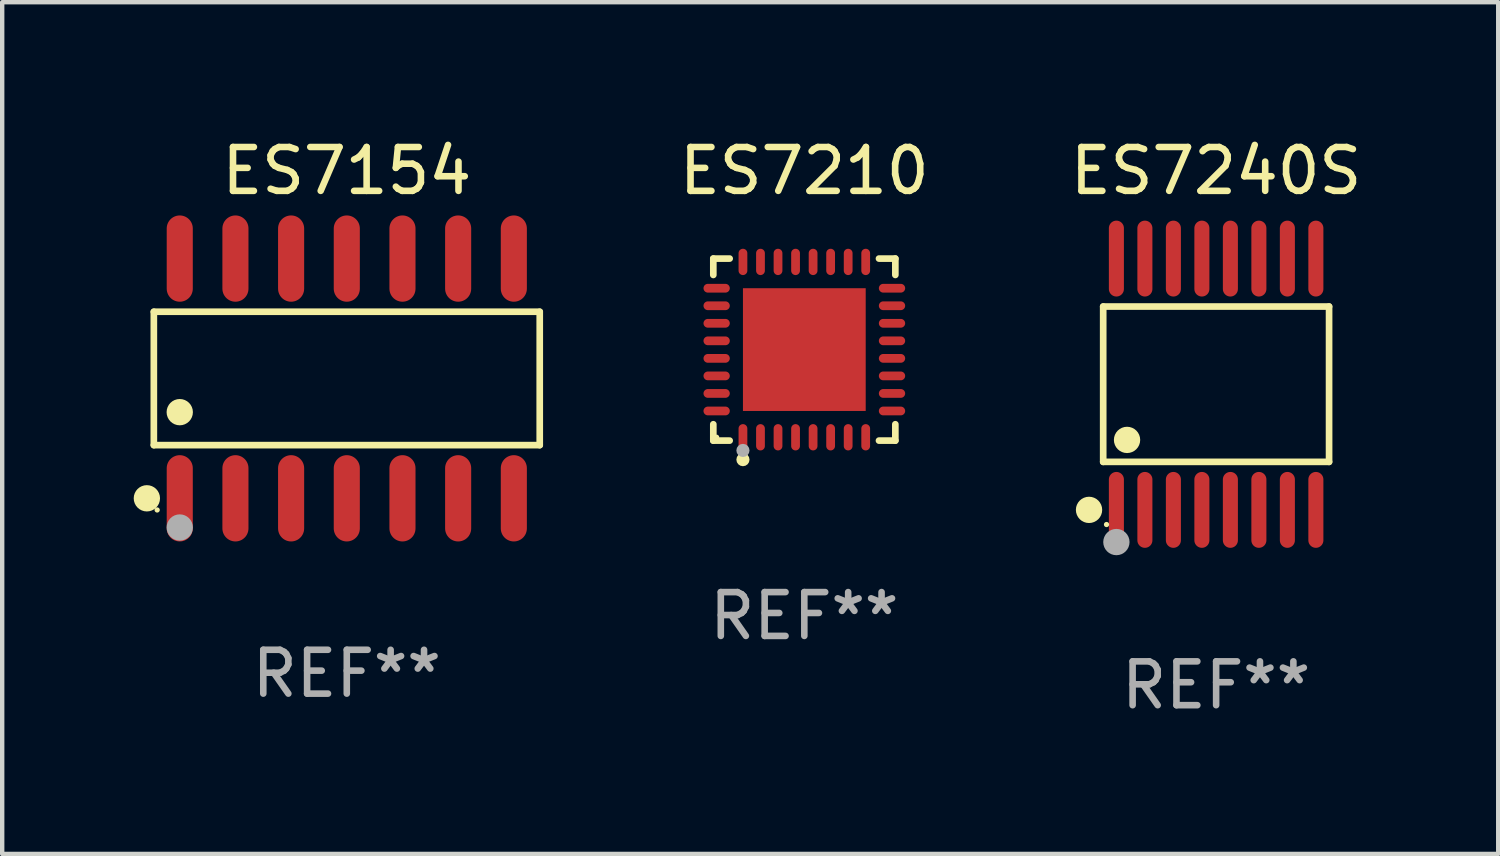
<source format=kicad_pcb>
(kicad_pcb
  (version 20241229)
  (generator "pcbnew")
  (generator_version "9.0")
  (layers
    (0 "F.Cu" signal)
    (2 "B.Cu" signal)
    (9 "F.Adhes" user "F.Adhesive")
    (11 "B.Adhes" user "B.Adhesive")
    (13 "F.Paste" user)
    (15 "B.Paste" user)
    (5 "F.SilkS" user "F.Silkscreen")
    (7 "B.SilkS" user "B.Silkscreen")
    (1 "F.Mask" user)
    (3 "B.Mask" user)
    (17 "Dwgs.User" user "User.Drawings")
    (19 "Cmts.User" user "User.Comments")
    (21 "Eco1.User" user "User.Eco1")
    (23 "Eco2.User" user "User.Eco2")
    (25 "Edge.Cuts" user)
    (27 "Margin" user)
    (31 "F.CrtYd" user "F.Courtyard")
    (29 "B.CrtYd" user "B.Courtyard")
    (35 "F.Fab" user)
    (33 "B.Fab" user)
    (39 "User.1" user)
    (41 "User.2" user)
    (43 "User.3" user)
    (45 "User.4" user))
  (footprint "ES7154"
    (layer "F.Cu")
    (at 4.86 5.582)
    (property "Reference" "ES7154" (at 0 -4.734 0) (layer "F.SilkS") (effects (font (size 1 1) (thickness 0.15))))
    (attr through_hole)
    (fp_line (start -4.401 -1.521) (end 4.401 -1.521) (stroke (width 0.152) (type solid)) (layer "F.SilkS"))
    (fp_line (start -4.401 1.521) (end -4.401 -1.521) (stroke (width 0.152) (type solid)) (layer "F.SilkS"))
    (fp_line (start 4.401 -1.521) (end 4.401 1.521) (stroke (width 0.152) (type solid)) (layer "F.SilkS"))
    (fp_line (start 4.401 1.521) (end -4.401 1.521) (stroke (width 0.152) (type solid)) (layer "F.SilkS"))
    (fp_circle (center -4.56 2.734) (end -4.41 2.734) (stroke (width 0.3) (type solid)) (fill no) (layer "F.SilkS"))
    (fp_circle (center -4.325 3) (end -4.295 3) (stroke (width 0.06) (type solid)) (fill no) (layer "F.SilkS"))
    (fp_circle (center -3.81 0.769) (end -3.66 0.769) (stroke (width 0.3) (type solid)) (fill no) (layer "F.SilkS"))
    (fp_circle (center -3.81 3.4) (end -3.66 3.4) (stroke (width 0.3) (type solid)) (fill no) (layer "F.Fab"))
    (fp_text user "REF**" (at 0 6.734 0) (layer "F.Fab") (effects (font (size 1 1) (thickness 0.15))))
    (pad "1" smd oval (at -3.81 2.734) (size 0.595 1.968) (layers "F.Cu" "F.Mask" "F.Paste"))
    (pad "2" smd oval (at -2.54 2.734) (size 0.595 1.968) (layers "F.Cu" "F.Mask" "F.Paste"))
    (pad "3" smd oval (at -1.27 2.734) (size 0.595 1.968) (layers "F.Cu" "F.Mask" "F.Paste"))
    (pad "4" smd oval (at 0 2.734) (size 0.595 1.968) (layers "F.Cu" "F.Mask" "F.Paste"))
    (pad "5" smd oval (at 1.27 2.734) (size 0.595 1.968) (layers "F.Cu" "F.Mask" "F.Paste"))
    (pad "6" smd oval (at 2.54 2.734) (size 0.595 1.968) (layers "F.Cu" "F.Mask" "F.Paste"))
    (pad "7" smd oval (at 3.81 2.734) (size 0.595 1.968) (layers "F.Cu" "F.Mask" "F.Paste"))
    (pad "8" smd oval (at 3.81 -2.734) (size 0.595 1.968) (layers "F.Cu" "F.Mask" "F.Paste"))
    (pad "9" smd oval (at 2.54 -2.734) (size 0.595 1.968) (layers "F.Cu" "F.Mask" "F.Paste"))
    (pad "10" smd oval (at 1.27 -2.734) (size 0.595 1.968) (layers "F.Cu" "F.Mask" "F.Paste"))
    (pad "11" smd oval (at 0 -2.734) (size 0.595 1.968) (layers "F.Cu" "F.Mask" "F.Paste"))
    (pad "12" smd oval (at -1.27 -2.734) (size 0.595 1.968) (layers "F.Cu" "F.Mask" "F.Paste"))
    (pad "13" smd oval (at -2.54 -2.734) (size 0.595 1.968) (layers "F.Cu" "F.Mask" "F.Paste"))
    (pad "14" smd oval (at -3.81 -2.734) (size 0.595 1.968) (layers "F.Cu" "F.Mask" "F.Paste")))
  (footprint "ES7240S"
    (layer "F.Cu")
    (at 24.689 5.714)
    (property "Reference" "ES7240S" (at 0 -4.866 0) (layer "F.SilkS") (effects (font (size 1 1) (thickness 0.15))))
    (attr through_hole)
    (fp_line (start -2.576 -1.772) (end 2.576 -1.772) (stroke (width 0.152) (type solid)) (layer "F.SilkS"))
    (fp_line (start -2.576 1.771) (end -2.576 -1.772) (stroke (width 0.152) (type solid)) (layer "F.SilkS"))
    (fp_line (start 2.576 -1.772) (end 2.576 1.771) (stroke (width 0.152) (type solid)) (layer "F.SilkS"))
    (fp_line (start 2.576 1.771) (end -2.576 1.771) (stroke (width 0.152) (type solid)) (layer "F.SilkS"))
    (fp_circle (center -2.899 2.866) (end -2.749 2.866) (stroke (width 0.3) (type solid)) (fill no) (layer "F.SilkS"))
    (fp_circle (center -2.5 3.2) (end -2.47 3.2) (stroke (width 0.06) (type solid)) (fill no) (layer "F.SilkS"))
    (fp_circle (center -2.032 1.27) (end -1.882 1.27) (stroke (width 0.3) (type solid)) (fill no) (layer "F.SilkS"))
    (fp_circle (center -2.275 3.6) (end -2.125 3.6) (stroke (width 0.3) (type solid)) (fill no) (layer "F.Fab"))
    (fp_text user "REF**" (at 0 6.866 0) (layer "F.Fab") (effects (font (size 1 1) (thickness 0.15))))
    (pad "1" smd oval (at -2.275 2.866) (size 0.343 1.731) (layers "F.Cu" "F.Mask" "F.Paste"))
    (pad "2" smd oval (at -1.625 2.866) (size 0.343 1.731) (layers "F.Cu" "F.Mask" "F.Paste"))
    (pad "3" smd oval (at -0.975 2.866) (size 0.343 1.731) (layers "F.Cu" "F.Mask" "F.Paste"))
    (pad "4" smd oval (at -0.325 2.866) (size 0.343 1.731) (layers "F.Cu" "F.Mask" "F.Paste"))
    (pad "5" smd oval (at 0.325 2.866) (size 0.343 1.731) (layers "F.Cu" "F.Mask" "F.Paste"))
    (pad "6" smd oval (at 0.975 2.866) (size 0.343 1.731) (layers "F.Cu" "F.Mask" "F.Paste"))
    (pad "7" smd oval (at 1.625 2.866) (size 0.343 1.731) (layers "F.Cu" "F.Mask" "F.Paste"))
    (pad "8" smd oval (at 2.275 2.866) (size 0.343 1.731) (layers "F.Cu" "F.Mask" "F.Paste"))
    (pad "9" smd oval (at 2.275 -2.866) (size 0.343 1.731) (layers "F.Cu" "F.Mask" "F.Paste"))
    (pad "10" smd oval (at 1.625 -2.866) (size 0.343 1.731) (layers "F.Cu" "F.Mask" "F.Paste"))
    (pad "11" smd oval (at 0.975 -2.866) (size 0.343 1.731) (layers "F.Cu" "F.Mask" "F.Paste"))
    (pad "12" smd oval (at 0.325 -2.866) (size 0.343 1.731) (layers "F.Cu" "F.Mask" "F.Paste"))
    (pad "13" smd oval (at -0.325 -2.866) (size 0.343 1.731) (layers "F.Cu" "F.Mask" "F.Paste"))
    (pad "14" smd oval (at -0.975 -2.866) (size 0.343 1.731) (layers "F.Cu" "F.Mask" "F.Paste"))
    (pad "15" smd oval (at -1.625 -2.866) (size 0.343 1.731) (layers "F.Cu" "F.Mask" "F.Paste"))
    (pad "16" smd oval (at -2.275 -2.866) (size 0.343 1.731) (layers "F.Cu" "F.Mask" "F.Paste")))
  (footprint "ES7210"
    (layer "F.Cu")
    (at 15.296 4.924)
    (property "Reference" "ES7210" (at 0 -4.076 0) (layer "F.SilkS") (effects (font (size 1 1) (thickness 0.15))))
    (attr through_hole)
    (fp_line (start -2.076 -2.076) (end -1.703 -2.076) (stroke (width 0.152) (type solid)) (layer "F.SilkS"))
    (fp_line (start -2.076 -1.703) (end -2.076 -2.076) (stroke (width 0.152) (type solid)) (layer "F.SilkS"))
    (fp_line (start -2.076 1.703) (end -2.076 2.076) (stroke (width 0.152) (type solid)) (layer "F.SilkS"))
    (fp_line (start -2.076 2.076) (end -1.703 2.076) (stroke (width 0.152) (type solid)) (layer "F.SilkS"))
    (fp_line (start 2.076 -2.076) (end 1.703 -2.076) (stroke (width 0.152) (type solid)) (layer "F.SilkS"))
    (fp_line (start 2.076 -1.703) (end 2.076 -2.076) (stroke (width 0.152) (type solid)) (layer "F.SilkS"))
    (fp_line (start 2.076 1.703) (end 2.076 2.076) (stroke (width 0.152) (type solid)) (layer "F.SilkS"))
    (fp_line (start 2.076 2.076) (end 1.703 2.076) (stroke (width 0.152) (type solid)) (layer "F.SilkS"))
    (fp_circle (center -2 2) (end -1.97 2) (stroke (width 0.06) (type solid)) (fill no) (layer "F.SilkS"))
    (fp_circle (center -1.4 2.51) (end -1.325 2.51) (stroke (width 0.15) (type solid)) (fill no) (layer "F.SilkS"))
    (fp_circle (center -1.4 2.3) (end -1.325 2.3) (stroke (width 0.15) (type solid)) (fill no) (layer "F.Fab"))
    (fp_text user "REF**" (at 0 6.076 0) (layer "F.Fab") (effects (font (size 1 1) (thickness 0.15))))
    (pad "1" smd oval (at -1.4 2) (size 0.2 0.6) (layers "F.Cu" "F.Mask" "F.Paste"))
    (pad "2" smd oval (at -1 2) (size 0.2 0.6) (layers "F.Cu" "F.Mask" "F.Paste"))
    (pad "3" smd oval (at -0.6 2) (size 0.2 0.6) (layers "F.Cu" "F.Mask" "F.Paste"))
    (pad "4" smd oval (at -0.2 2) (size 0.2 0.6) (layers "F.Cu" "F.Mask" "F.Paste"))
    (pad "5" smd oval (at 0.2 2) (size 0.2 0.6) (layers "F.Cu" "F.Mask" "F.Paste"))
    (pad "6" smd oval (at 0.6 2) (size 0.2 0.6) (layers "F.Cu" "F.Mask" "F.Paste"))
    (pad "7" smd oval (at 1 2) (size 0.2 0.6) (layers "F.Cu" "F.Mask" "F.Paste"))
    (pad "8" smd oval (at 1.4 2) (size 0.2 0.6) (layers "F.Cu" "F.Mask" "F.Paste"))
    (pad "9" smd oval (at 2 1.4) (size 0.6 0.2) (layers "F.Cu" "F.Mask" "F.Paste"))
    (pad "10" smd oval (at 2 1) (size 0.6 0.2) (layers "F.Cu" "F.Mask" "F.Paste"))
    (pad "11" smd oval (at 2 0.6) (size 0.6 0.2) (layers "F.Cu" "F.Mask" "F.Paste"))
    (pad "12" smd oval (at 2 0.2) (size 0.6 0.2) (layers "F.Cu" "F.Mask" "F.Paste"))
    (pad "13" smd oval (at 2 -0.2) (size 0.6 0.2) (layers "F.Cu" "F.Mask" "F.Paste"))
    (pad "14" smd oval (at 2 -0.6) (size 0.6 0.2) (layers "F.Cu" "F.Mask" "F.Paste"))
    (pad "15" smd oval (at 2 -1) (size 0.6 0.2) (layers "F.Cu" "F.Mask" "F.Paste"))
    (pad "16" smd oval (at 2 -1.4) (size 0.6 0.2) (layers "F.Cu" "F.Mask" "F.Paste"))
    (pad "17" smd oval (at 1.4 -2) (size 0.2 0.6) (layers "F.Cu" "F.Mask" "F.Paste"))
    (pad "18" smd oval (at 1 -2) (size 0.2 0.6) (layers "F.Cu" "F.Mask" "F.Paste"))
    (pad "19" smd oval (at 0.6 -2) (size 0.2 0.6) (layers "F.Cu" "F.Mask" "F.Paste"))
    (pad "20" smd oval (at 0.2 -2) (size 0.2 0.6) (layers "F.Cu" "F.Mask" "F.Paste"))
    (pad "21" smd oval (at -0.2 -2) (size 0.2 0.6) (layers "F.Cu" "F.Mask" "F.Paste"))
    (pad "22" smd oval (at -0.6 -2) (size 0.2 0.6) (layers "F.Cu" "F.Mask" "F.Paste"))
    (pad "23" smd oval (at -1 -2) (size 0.2 0.6) (layers "F.Cu" "F.Mask" "F.Paste"))
    (pad "24" smd oval (at -1.4 -2) (size 0.2 0.6) (layers "F.Cu" "F.Mask" "F.Paste"))
    (pad "25" smd oval (at -2 -1.4) (size 0.6 0.2) (layers "F.Cu" "F.Mask" "F.Paste"))
    (pad "26" smd oval (at -2 -1) (size 0.6 0.2) (layers "F.Cu" "F.Mask" "F.Paste"))
    (pad "27" smd oval (at -2 -0.6) (size 0.6 0.2) (layers "F.Cu" "F.Mask" "F.Paste"))
    (pad "28" smd oval (at -2 -0.2) (size 0.6 0.2) (layers "F.Cu" "F.Mask" "F.Paste"))
    (pad "29" smd oval (at -2 0.2) (size 0.6 0.2) (layers "F.Cu" "F.Mask" "F.Paste"))
    (pad "30" smd oval (at -2 0.6) (size 0.6 0.2) (layers "F.Cu" "F.Mask" "F.Paste"))
    (pad "31" smd oval (at -2 1) (size 0.6 0.2) (layers "F.Cu" "F.Mask" "F.Paste"))
    (pad "32" smd oval (at -2 1.4) (size 0.6 0.2) (layers "F.Cu" "F.Mask" "F.Paste"))
    (pad "33" smd rect (at 0 0) (size 2.8 2.8) (layers "F.Cu" "F.Mask" "F.Paste")))
  (gr_rect
    (start -3 -3)
    (end 31.123 16.428)
    (stroke (width 0.1) (type default))
    (fill no)
    (layer "Edge.Cuts")))
</source>
